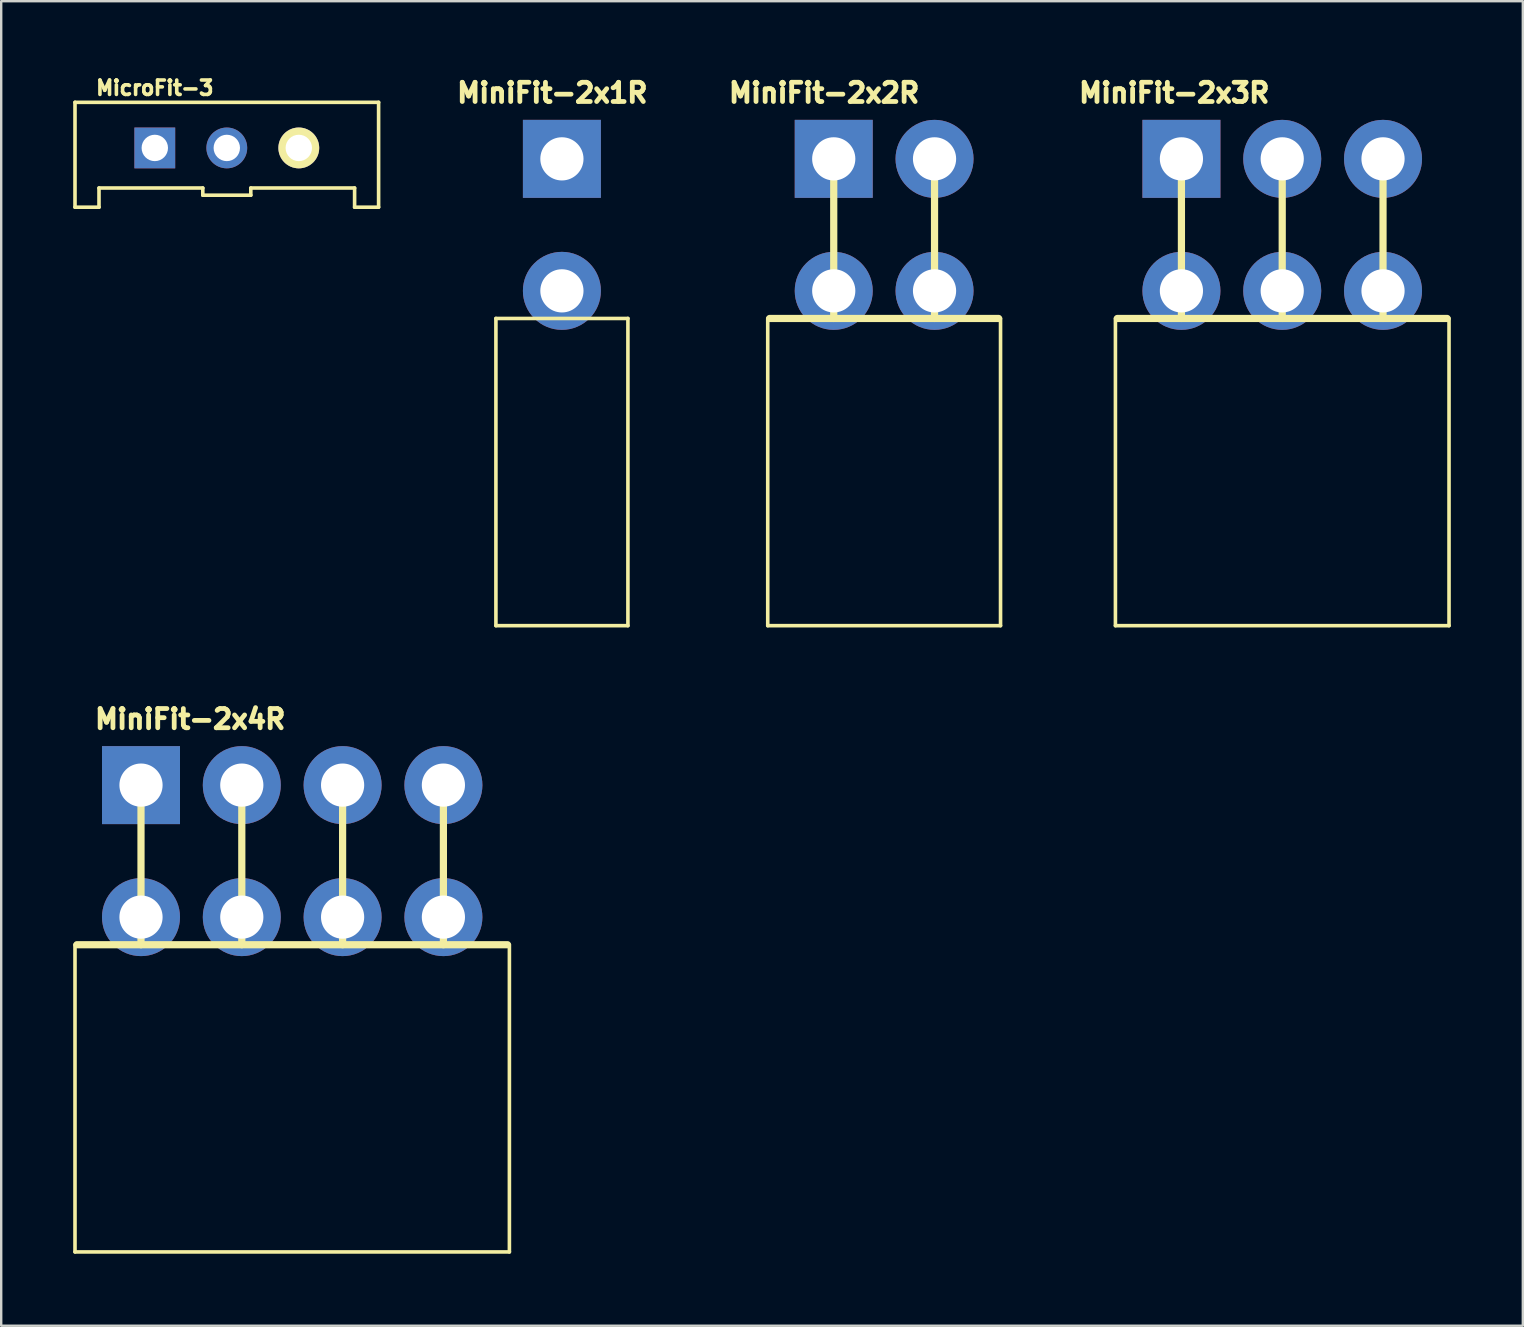
<source format=kicad_pcb>
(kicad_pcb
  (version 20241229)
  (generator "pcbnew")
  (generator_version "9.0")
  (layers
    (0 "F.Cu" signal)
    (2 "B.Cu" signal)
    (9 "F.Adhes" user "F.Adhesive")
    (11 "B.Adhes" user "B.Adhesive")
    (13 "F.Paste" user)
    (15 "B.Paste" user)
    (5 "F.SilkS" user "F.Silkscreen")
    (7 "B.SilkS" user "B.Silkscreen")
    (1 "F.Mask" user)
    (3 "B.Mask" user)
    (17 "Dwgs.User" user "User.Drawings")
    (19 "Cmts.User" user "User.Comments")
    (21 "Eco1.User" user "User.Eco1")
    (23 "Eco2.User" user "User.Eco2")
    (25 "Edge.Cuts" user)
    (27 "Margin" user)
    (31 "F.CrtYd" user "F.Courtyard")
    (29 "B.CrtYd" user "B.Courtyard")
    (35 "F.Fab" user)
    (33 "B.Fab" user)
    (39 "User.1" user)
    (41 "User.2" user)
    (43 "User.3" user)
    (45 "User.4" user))
  (footprint "MicroFit-3"
    (layer "F.Cu")
    (at 6.4 3.114)
    (property "Reference" "MicroFit-3" (at -3 -2.5 0) (layer "F.SilkS") (effects (font (size 0.6 0.6) (thickness 0.15))))
    (attr through_hole)
    (fp_line (start -6.325 2.47) (end -6.325 -1.9) (stroke (width 0.15) (type solid)) (layer "F.SilkS"))
    (fp_line (start -5.325 1.67) (end -5.325 2.47) (stroke (width 0.15) (type solid)) (layer "F.SilkS"))
    (fp_line (start -5.325 2.47) (end -6.325 2.47) (stroke (width 0.15) (type solid)) (layer "F.SilkS"))
    (fp_line (start -1 1.67) (end -5.325 1.67) (stroke (width 0.15) (type solid)) (layer "F.SilkS"))
    (fp_line (start -1 1.97) (end -1 1.67) (stroke (width 0.15) (type solid)) (layer "F.SilkS"))
    (fp_line (start -1 1.97) (end 1 1.97) (stroke (width 0.15) (type solid)) (layer "F.SilkS"))
    (fp_line (start 1 1.67) (end 5.325 1.67) (stroke (width 0.15) (type solid)) (layer "F.SilkS"))
    (fp_line (start 1 1.97) (end 1 1.67) (stroke (width 0.15) (type solid)) (layer "F.SilkS"))
    (fp_line (start 5.325 1.67) (end 5.325 2.47) (stroke (width 0.15) (type solid)) (layer "F.SilkS"))
    (fp_line (start 5.325 2.47) (end 6.325 2.47) (stroke (width 0.15) (type solid)) (layer "F.SilkS"))
    (fp_line (start 6.325 -1.9) (end -6.325 -1.9) (stroke (width 0.15) (type solid)) (layer "F.SilkS"))
    (fp_line (start 6.325 2.47) (end 6.325 -1.9) (stroke (width 0.15) (type solid)) (layer "F.SilkS"))
    (pad "1" thru_hole rect (at -3 0) (size 1.7 1.7) (drill 1.1) (layers "*.Cu" "*.Mask"))
    (pad "2" thru_hole circle (at 0 0) (size 1.7 1.7) (drill 1.1) (layers "*.Cu" "*.Mask"))
    (pad "3" thru_hole circle (at 3 0) (size 1.7 1.7) (drill 1.1) (layers "*.Cu" "*.Mask" "F.SilkS")))
  (footprint "MiniFit-2x1R"
    (layer "F.Cu")
    (at 20.363 6.319)
    (property "Reference" "MiniFit-2x1R" (at -0.4 -5.5 0) (layer "F.SilkS") (effects (font (size 0.8 0.8) (thickness 0.2))))
    (attr through_hole)
    (fp_line (start -2.75 3.9) (end -2.75 16.7) (stroke (width 0.15) (type solid)) (layer "F.SilkS"))
    (fp_line (start 2.75 3.9) (end -2.75 3.9) (stroke (width 0.15) (type solid)) (layer "F.SilkS"))
    (fp_line (start 2.75 3.9) (end 2.75 16.7) (stroke (width 0.15) (type solid)) (layer "F.SilkS"))
    (fp_line (start 2.75 16.7) (end -2.75 16.7) (stroke (width 0.15) (type solid)) (layer "F.SilkS"))
    (pad "1" thru_hole rect (at 0 -2.75) (size 3.25 3.25) (drill 1.8) (layers "*.Cu" "*.Mask"))
    (pad "2" thru_hole circle (at 0 2.75) (size 3.25 3.25) (drill 1.8) (layers "*.Cu" "*.Mask")))
  (footprint "MiniFit-2x2R"
    (layer "F.Cu")
    (at 33.789 6.319)
    (property "Reference" "MiniFit-2x2R" (at -2.5 -5.5 0) (layer "F.SilkS") (effects (font (size 0.8 0.8) (thickness 0.2))))
    (attr through_hole)
    (fp_line (start -4.85 3.9) (end -4.85 16.7) (stroke (width 0.15) (type solid)) (layer "F.SilkS"))
    (fp_line (start -2.1 -2.75) (end -2.1 3.9) (stroke (width 0.3) (type default)) (layer "F.SilkS"))
    (fp_line (start 2.1 -2.75) (end 2.1 3.9) (stroke (width 0.3) (type default)) (layer "F.SilkS"))
    (fp_line (start 4.77 3.9) (end -4.77 3.9) (stroke (width 0.3) (type solid)) (layer "F.SilkS"))
    (fp_line (start 4.85 3.9) (end 4.85 16.7) (stroke (width 0.15) (type solid)) (layer "F.SilkS"))
    (fp_line (start 4.85 16.7) (end -4.85 16.7) (stroke (width 0.15) (type solid)) (layer "F.SilkS"))
    (pad "1" thru_hole rect (at -2.1 -2.75) (size 3.25 3.25) (drill 1.8) (layers "*.Cu" "*.Mask"))
    (pad "2" thru_hole circle (at -2.1 2.75) (size 3.25 3.25) (drill 1.8) (layers "*.Cu" "*.Mask"))
    (pad "3" thru_hole circle (at 2.1 -2.75) (size 3.25 3.25) (drill 1.8) (layers "*.Cu" "*.Mask"))
    (pad "4" thru_hole circle (at 2.1 2.75) (size 3.25 3.25) (drill 1.8) (layers "*.Cu" "*.Mask")))
  (footprint "MiniFit-2x4R"
    (layer "F.Cu")
    (at 9.125 32.413)
    (property "Reference" "MiniFit-2x4R" (at -4.25 -5.5 0) (layer "F.SilkS") (effects (font (size 0.8 0.8) (thickness 0.2))))
    (attr through_hole)
    (fp_line (start -9.05 3.9) (end -9.05 16.7) (stroke (width 0.15) (type solid)) (layer "F.SilkS"))
    (fp_line (start -6.3 -2.725) (end -6.3 3.9) (stroke (width 0.3) (type default)) (layer "F.SilkS"))
    (fp_line (start -2.1 -2.75) (end -2.1 3.9) (stroke (width 0.3) (type default)) (layer "F.SilkS"))
    (fp_line (start 2.1 -2.75) (end 2.1 3.9) (stroke (width 0.3) (type default)) (layer "F.SilkS"))
    (fp_line (start 6.3 -2.75) (end 6.3 3.9) (stroke (width 0.3) (type default)) (layer "F.SilkS"))
    (fp_line (start 8.97 3.9) (end -8.97 3.9) (stroke (width 0.3) (type solid)) (layer "F.SilkS"))
    (fp_line (start 9.05 3.9) (end 9.05 16.7) (stroke (width 0.15) (type solid)) (layer "F.SilkS"))
    (fp_line (start 9.05 16.7) (end -9.05 16.7) (stroke (width 0.15) (type solid)) (layer "F.SilkS"))
    (pad "1" thru_hole rect (at -6.3 -2.75) (size 3.25 3.25) (drill 1.8) (layers "*.Cu" "*.Mask"))
    (pad "2" thru_hole circle (at -6.3 2.75) (size 3.25 3.25) (drill 1.8) (layers "*.Cu" "*.Mask"))
    (pad "3" thru_hole circle (at -2.1 -2.75) (size 3.25 3.25) (drill 1.8) (layers "*.Cu" "*.Mask"))
    (pad "4" thru_hole circle (at -2.1 2.75) (size 3.25 3.25) (drill 1.8) (layers "*.Cu" "*.Mask"))
    (pad "5" thru_hole circle (at 2.1 -2.75) (size 3.25 3.25) (drill 1.8) (layers "*.Cu" "*.Mask"))
    (pad "6" thru_hole circle (at 2.1 2.75) (size 3.25 3.25) (drill 1.8) (layers "*.Cu" "*.Mask"))
    (pad "7" thru_hole circle (at 6.3 -2.75) (size 3.25 3.25) (drill 1.8) (layers "*.Cu" "*.Mask"))
    (pad "8" thru_hole circle (at 6.3 2.75) (size 3.25 3.25) (drill 1.8) (layers "*.Cu" "*.Mask")))
  (footprint "MiniFit-2x3R"
    (layer "F.Cu")
    (at 50.376 6.319)
    (property "Reference" "MiniFit-2x3R" (at -4.5 -5.5 0) (layer "F.SilkS") (effects (font (size 0.8 0.8) (thickness 0.2))))
    (attr through_hole)
    (fp_line (start -6.95 3.9) (end -6.95 16.7) (stroke (width 0.15) (type solid)) (layer "F.SilkS"))
    (fp_line (start -4.2 -2.75) (end -4.2 3.9) (stroke (width 0.3) (type default)) (layer "F.SilkS"))
    (fp_line (start 0 -2.75) (end 0 3.9) (stroke (width 0.3) (type default)) (layer "F.SilkS"))
    (fp_line (start 4.2 -2.75) (end 4.2 3.9) (stroke (width 0.3) (type default)) (layer "F.SilkS"))
    (fp_line (start 6.87 3.9) (end -6.87 3.9) (stroke (width 0.3) (type solid)) (layer "F.SilkS"))
    (fp_line (start 6.95 3.9) (end 6.95 16.7) (stroke (width 0.15) (type solid)) (layer "F.SilkS"))
    (fp_line (start 6.95 16.7) (end -6.95 16.7) (stroke (width 0.15) (type solid)) (layer "F.SilkS"))
    (pad "1" thru_hole rect (at -4.2 -2.75) (size 3.25 3.25) (drill 1.8) (layers "*.Cu" "*.Mask"))
    (pad "2" thru_hole circle (at -4.2 2.75) (size 3.25 3.25) (drill 1.8) (layers "*.Cu" "*.Mask"))
    (pad "3" thru_hole circle (at 0 -2.75) (size 3.25 3.25) (drill 1.8) (layers "*.Cu" "*.Mask"))
    (pad "4" thru_hole circle (at 0 2.75) (size 3.25 3.25) (drill 1.8) (layers "*.Cu" "*.Mask"))
    (pad "5" thru_hole circle (at 4.2 -2.75) (size 3.25 3.25) (drill 1.8) (layers "*.Cu" "*.Mask"))
    (pad "6" thru_hole circle (at 4.2 2.75) (size 3.25 3.25) (drill 1.8) (layers "*.Cu" "*.Mask")))
  (gr_rect
    (start -3 -3)
    (end 60.401 52.188)
    (stroke (width 0.1) (type default))
    (fill no)
    (layer "Edge.Cuts")))
</source>
